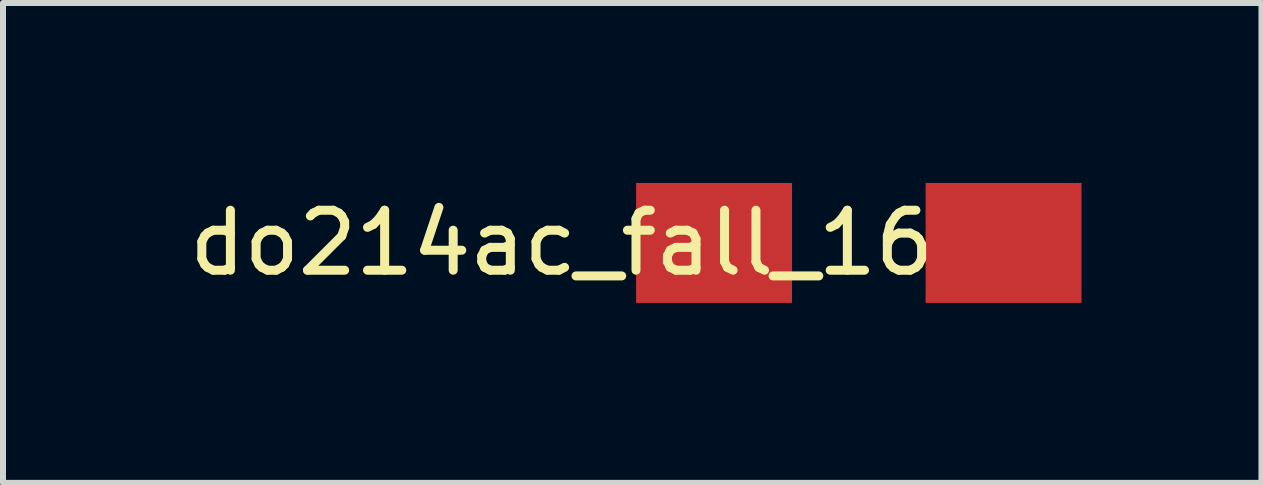
<source format=kicad_pcb>
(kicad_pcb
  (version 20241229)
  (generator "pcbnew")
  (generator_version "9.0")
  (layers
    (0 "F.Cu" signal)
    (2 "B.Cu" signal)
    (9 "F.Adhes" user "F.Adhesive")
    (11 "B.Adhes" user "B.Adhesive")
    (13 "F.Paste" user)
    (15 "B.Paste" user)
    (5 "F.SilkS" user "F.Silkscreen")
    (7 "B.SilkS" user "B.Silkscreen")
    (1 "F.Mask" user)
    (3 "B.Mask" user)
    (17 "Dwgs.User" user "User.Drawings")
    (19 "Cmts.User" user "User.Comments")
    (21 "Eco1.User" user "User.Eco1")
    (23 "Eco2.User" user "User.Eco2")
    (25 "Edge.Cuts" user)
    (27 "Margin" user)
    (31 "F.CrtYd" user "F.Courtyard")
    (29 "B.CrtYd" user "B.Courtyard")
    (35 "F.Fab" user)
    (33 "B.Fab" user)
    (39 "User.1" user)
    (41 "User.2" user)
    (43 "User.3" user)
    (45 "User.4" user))
  (footprint "do214ac_fall_16"
    (layer "F.Cu")
    (at 11.268 1)
    (property "Reference" "do214ac_fall_16" (at -4.953 0 180) (layer "F.SilkS") (effects (font (size 1 1) (thickness 0.15))))
    (attr through_hole)
    (pad "1" smd rect (at -2.413 0) (size 2.6 2) (layers "F.Cu" "F.Mask" "F.Paste"))
    (pad "2" smd rect (at 2.413 0) (size 2.6 2) (layers "F.Cu" "F.Mask" "F.Paste")))
  (gr_rect
    (start -3 -3)
    (end 17.981 5)
    (stroke (width 0.1) (type default))
    (fill no)
    (layer "Edge.Cuts")))
</source>
